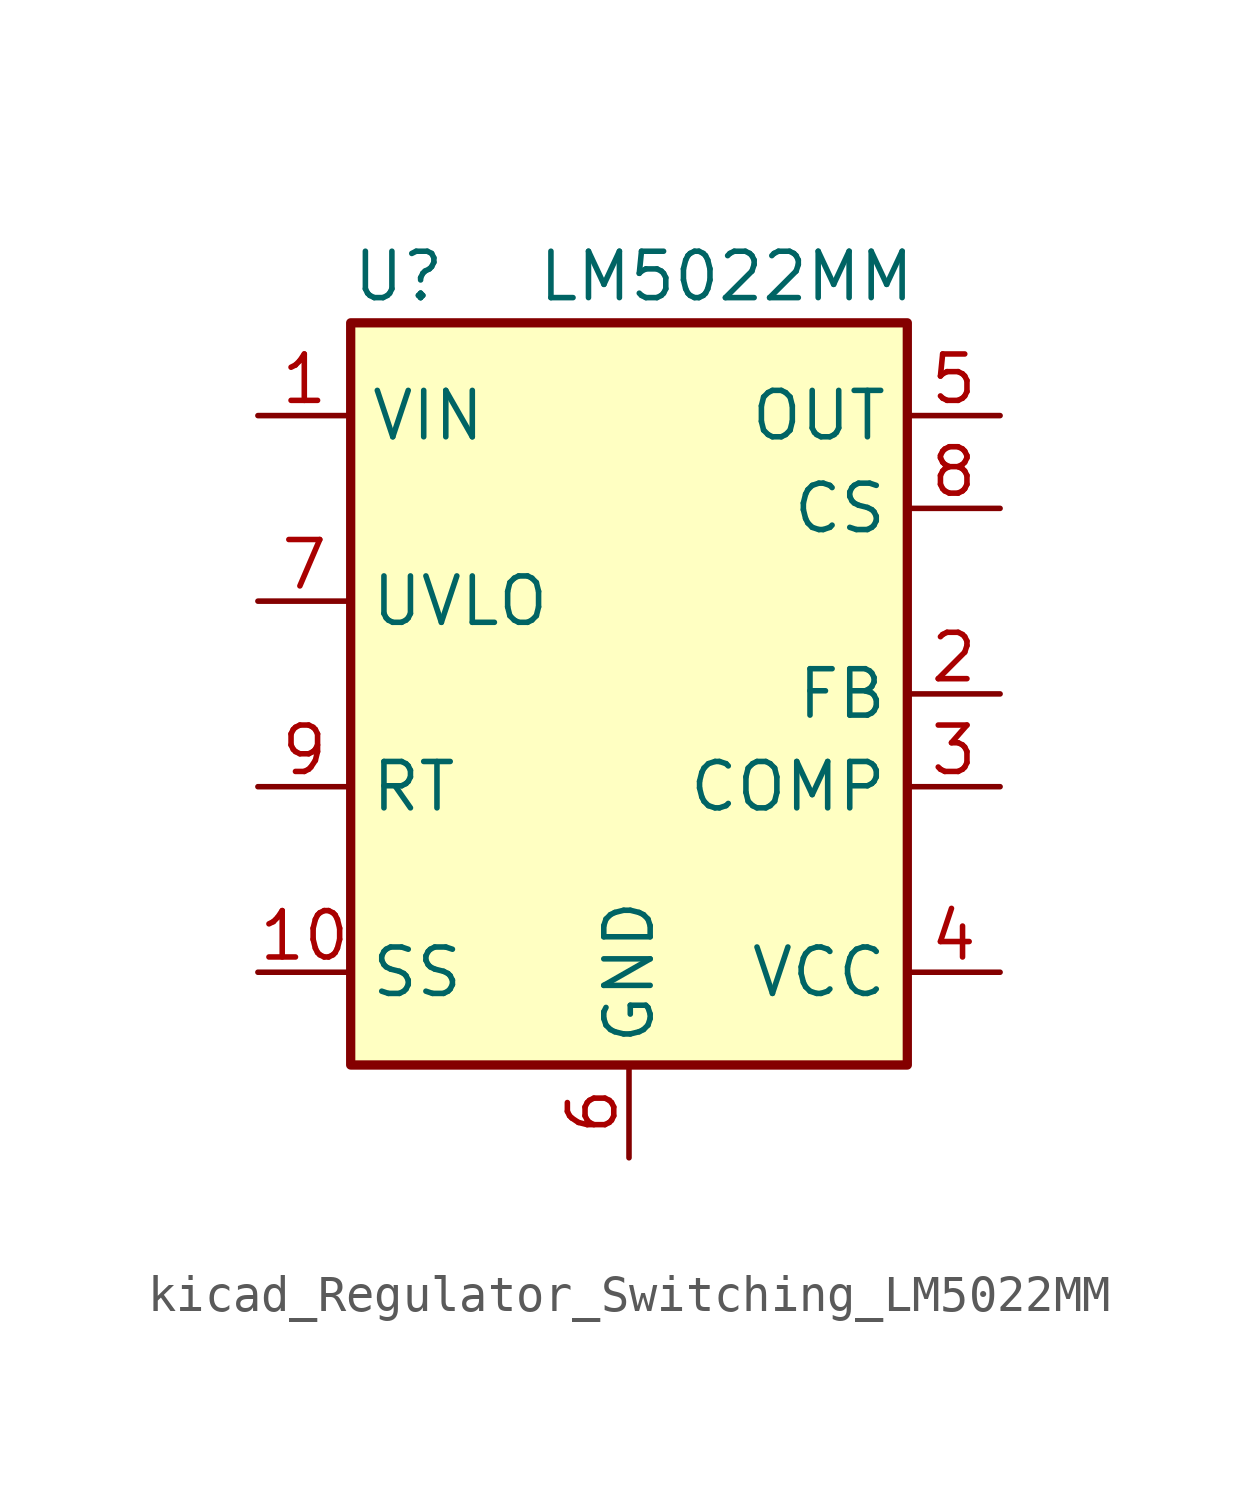
<source format=kicad_sym>
(kicad_symbol_lib
  (version 20220914)
  (generator kicad_symbol_editor)
  (symbol "kicad_Regulator_Switching_LM5022MM"
    (property "Reference" "U"
      (at -7.62 11.43 0)
      (effects (font (size 1.27 1.27)) (justify left)))
    (property "Value" "LM5022MM"
      (at -2.54 11.43 0)
      (effects (font (size 1.27 1.27)) (justify left)))
    (symbol "kicad_Regulator_Switching_LM5022MM_0_1"
      (rectangle (start -7.62 10.16) (end 7.62 -10.16) (stroke (width 0.254) (type default)) (fill (type background))))
    (symbol "kicad_Regulator_Switching_LM5022MM_1_1"
      (pin power_in line (at -10.16 7.62 0) (length 2.54) (name "VIN" (effects (font (size 1.27 1.27)))) (number "1" (effects (font (size 1.27 1.27)))))
      (pin input line (at -10.16 -7.62 0) (length 2.54) (name "SS" (effects (font (size 1.27 1.27)))) (number "10" (effects (font (size 1.27 1.27)))))
      (pin input line (at 10.16 0 180) (length 2.54) (name "FB" (effects (font (size 1.27 1.27)))) (number "2" (effects (font (size 1.27 1.27)))))
      (pin bidirectional line (at 10.16 -2.54 180) (length 2.54) (name "COMP" (effects (font (size 1.27 1.27)))) (number "3" (effects (font (size 1.27 1.27)))))
      (pin power_out line (at 10.16 -7.62 180) (length 2.54) (name "VCC" (effects (font (size 1.27 1.27)))) (number "4" (effects (font (size 1.27 1.27)))))
      (pin output line (at 10.16 7.62 180) (length 2.54) (name "OUT" (effects (font (size 1.27 1.27)))) (number "5" (effects (font (size 1.27 1.27)))))
      (pin power_in line (at 0 -12.7 90) (length 2.54) (name "GND" (effects (font (size 1.27 1.27)))) (number "6" (effects (font (size 1.27 1.27)))))
      (pin input line (at -10.16 2.54 0) (length 2.54) (name "UVLO" (effects (font (size 1.27 1.27)))) (number "7" (effects (font (size 1.27 1.27)))))
      (pin input line (at 10.16 5.08 180) (length 2.54) (name "CS" (effects (font (size 1.27 1.27)))) (number "8" (effects (font (size 1.27 1.27)))))
      (pin input line (at -10.16 -2.54 0) (length 2.54) (name "RT" (effects (font (size 1.27 1.27)))) (number "9" (effects (font (size 1.27 1.27))))))))
</source>
